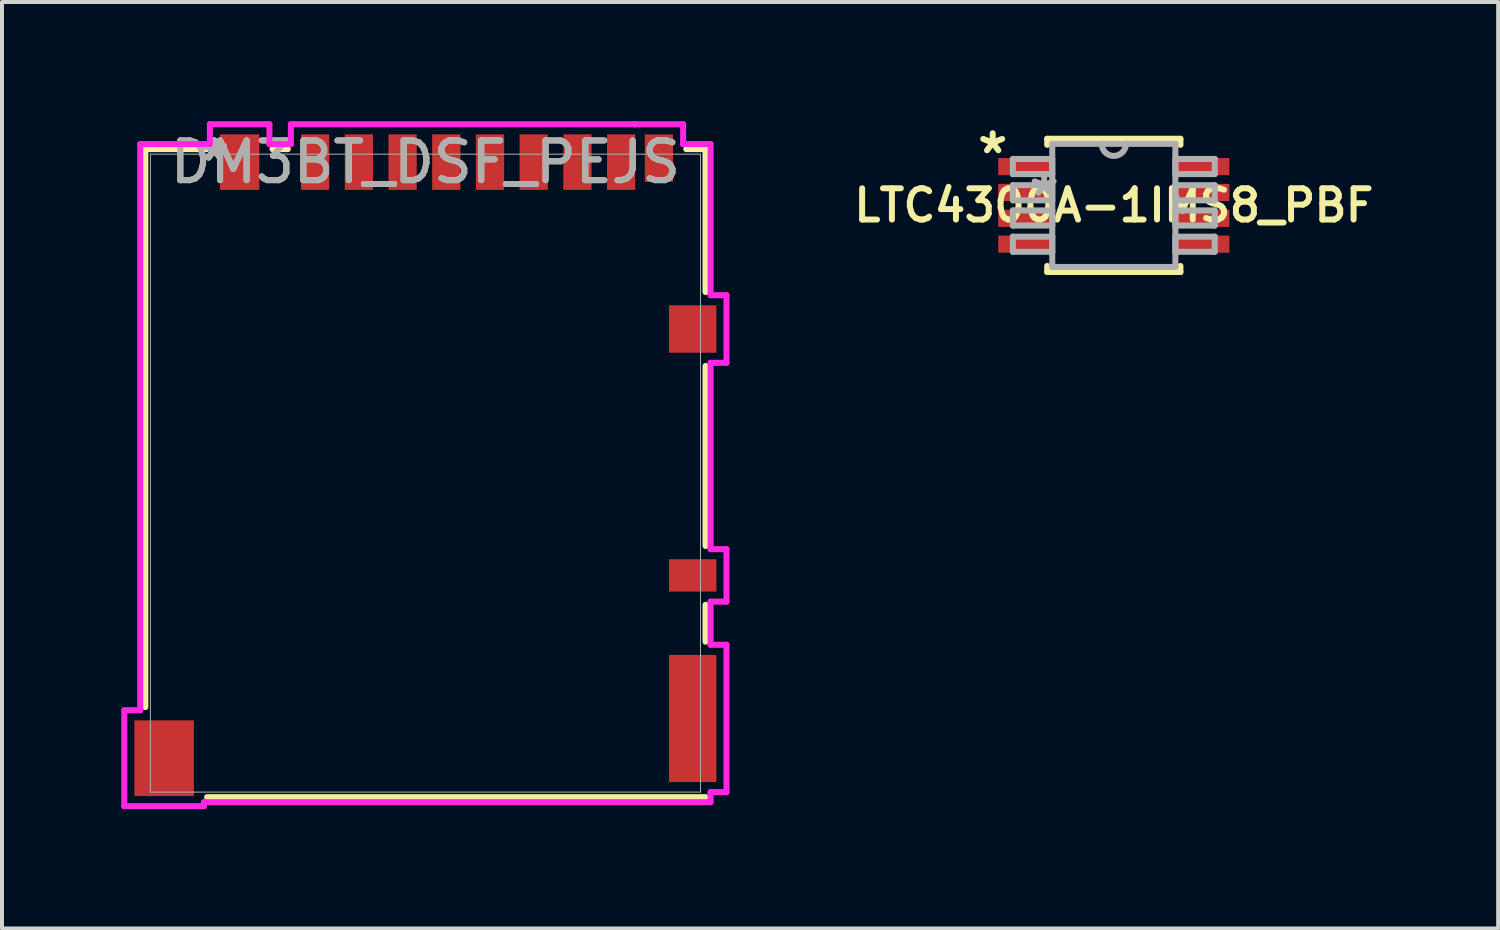
<source format=kicad_pcb>
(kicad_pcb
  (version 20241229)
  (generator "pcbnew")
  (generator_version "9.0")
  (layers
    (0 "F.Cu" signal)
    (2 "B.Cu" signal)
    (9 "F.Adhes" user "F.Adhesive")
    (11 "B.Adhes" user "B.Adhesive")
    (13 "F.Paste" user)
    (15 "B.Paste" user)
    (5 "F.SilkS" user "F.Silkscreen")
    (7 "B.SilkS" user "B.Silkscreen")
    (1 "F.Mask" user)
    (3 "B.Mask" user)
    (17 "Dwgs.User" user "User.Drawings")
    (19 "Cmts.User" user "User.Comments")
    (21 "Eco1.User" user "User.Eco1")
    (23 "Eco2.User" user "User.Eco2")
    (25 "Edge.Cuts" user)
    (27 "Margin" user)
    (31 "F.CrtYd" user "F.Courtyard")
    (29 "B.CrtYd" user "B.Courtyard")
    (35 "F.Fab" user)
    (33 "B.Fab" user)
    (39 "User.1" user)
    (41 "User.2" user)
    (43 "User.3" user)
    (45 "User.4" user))
  (footprint "DM3BT_DSF_PEJS"
    (layer "F.Cu")
    (at 7.655 8.855)
    (property "Reference" "DM3BT_DSF_PEJS" (at 0 -7.826 0) (unlocked yes) (layer "F.SilkS") (effects (font (size 1 1) (thickness 0.15))))
    (attr smd)
    (fp_line (start -7.048 -8.153) (end -7.048 5.888) (stroke (width 0.152) (type solid)) (layer "F.SilkS"))
    (fp_line (start -5.503 -8.153) (end -7.048 -8.153) (stroke (width 0.152) (type solid)) (layer "F.SilkS"))
    (fp_line (start -5.494 8.153) (end 7.048 8.153) (stroke (width 0.152) (type solid)) (layer "F.SilkS"))
    (fp_line (start -3.463 -8.153) (end -3.847 -8.153) (stroke (width 0.152) (type solid)) (layer "F.SilkS"))
    (fp_line (start 7.048 -8.153) (end 6.563 -8.153) (stroke (width 0.152) (type solid)) (layer "F.SilkS"))
    (fp_line (start 7.048 -4.556) (end 7.048 -8.153) (stroke (width 0.152) (type solid)) (layer "F.SilkS"))
    (fp_line (start 7.048 1.834) (end 7.048 -2.697) (stroke (width 0.152) (type solid)) (layer "F.SilkS"))
    (fp_line (start 7.048 4.241) (end 7.048 3.313) (stroke (width 0.152) (type solid)) (layer "F.SilkS"))
    (fp_line (start -7.578 5.967) (end -7.578 8.38) (stroke (width 0.152) (type solid)) (layer "F.CrtYd"))
    (fp_line (start -7.578 8.38) (end -5.572 8.38) (stroke (width 0.152) (type solid)) (layer "F.CrtYd"))
    (fp_line (start -7.176 -8.28) (end -7.176 5.967) (stroke (width 0.152) (type solid)) (layer "F.CrtYd"))
    (fp_line (start -7.176 5.967) (end -7.578 5.967) (stroke (width 0.152) (type solid)) (layer "F.CrtYd"))
    (fp_line (start -5.572 8.28) (end 7.176 8.28) (stroke (width 0.152) (type solid)) (layer "F.CrtYd"))
    (fp_line (start -5.572 8.38) (end -5.572 8.28) (stroke (width 0.152) (type solid)) (layer "F.CrtYd"))
    (fp_line (start -5.424 -8.779) (end -5.424 -8.28) (stroke (width 0.152) (type solid)) (layer "F.CrtYd"))
    (fp_line (start -5.424 -8.28) (end -7.176 -8.28) (stroke (width 0.152) (type solid)) (layer "F.CrtYd"))
    (fp_line (start -3.926 -8.779) (end -5.424 -8.779) (stroke (width 0.152) (type solid)) (layer "F.CrtYd"))
    (fp_line (start -3.926 -8.28) (end -3.926 -8.779) (stroke (width 0.152) (type solid)) (layer "F.CrtYd"))
    (fp_line (start -3.385 -8.779) (end -3.385 -8.28) (stroke (width 0.152) (type solid)) (layer "F.CrtYd"))
    (fp_line (start -3.385 -8.28) (end -3.926 -8.28) (stroke (width 0.152) (type solid)) (layer "F.CrtYd"))
    (fp_line (start 5.265 -8.779) (end -3.385 -8.779) (stroke (width 0.152) (type solid)) (layer "F.CrtYd"))
    (fp_line (start 5.265 -8.777) (end 5.265 -8.779) (stroke (width 0.152) (type solid)) (layer "F.CrtYd"))
    (fp_line (start 6.485 -8.777) (end 5.265 -8.777) (stroke (width 0.152) (type solid)) (layer "F.CrtYd"))
    (fp_line (start 6.485 -8.28) (end 6.485 -8.777) (stroke (width 0.152) (type solid)) (layer "F.CrtYd"))
    (fp_line (start 7.176 -8.28) (end 6.485 -8.28) (stroke (width 0.152) (type solid)) (layer "F.CrtYd"))
    (fp_line (start 7.176 -4.477) (end 7.176 -8.28) (stroke (width 0.152) (type solid)) (layer "F.CrtYd"))
    (fp_line (start 7.176 -2.776) (end 7.576 -2.776) (stroke (width 0.152) (type solid)) (layer "F.CrtYd"))
    (fp_line (start 7.176 1.913) (end 7.176 -2.776) (stroke (width 0.152) (type solid)) (layer "F.CrtYd"))
    (fp_line (start 7.176 3.234) (end 7.576 3.234) (stroke (width 0.152) (type solid)) (layer "F.CrtYd"))
    (fp_line (start 7.176 4.319) (end 7.176 3.234) (stroke (width 0.152) (type solid)) (layer "F.CrtYd"))
    (fp_line (start 7.176 8.028) (end 7.576 8.028) (stroke (width 0.152) (type solid)) (layer "F.CrtYd"))
    (fp_line (start 7.176 8.28) (end 7.176 8.028) (stroke (width 0.152) (type solid)) (layer "F.CrtYd"))
    (fp_line (start 7.576 -4.477) (end 7.176 -4.477) (stroke (width 0.152) (type solid)) (layer "F.CrtYd"))
    (fp_line (start 7.576 -2.776) (end 7.576 -4.477) (stroke (width 0.152) (type solid)) (layer "F.CrtYd"))
    (fp_line (start 7.576 4.319) (end 7.176 4.319) (stroke (width 0.152) (type solid)) (layer "F.CrtYd"))
    (fp_line (start 7.576 8.028) (end 7.576 4.319) (stroke (width 0.152) (type solid)) (layer "F.CrtYd"))
    (fp_line (start 7.576 1.913) (end 7.176 1.913) (stroke (width 0.152) (type solid)) (layer "F.CrtYd"))
    (fp_line (start 7.576 3.234) (end 7.576 1.913) (stroke (width 0.152) (type solid)) (layer "F.CrtYd"))
    (fp_line (start -6.921 -8.026) (end -6.921 8.026) (stroke (width 0.025) (type solid)) (layer "F.Fab"))
    (fp_line (start -6.921 8.026) (end 6.921 8.026) (stroke (width 0.025) (type solid)) (layer "F.Fab"))
    (fp_line (start 0 -8.026) (end 0 -8.026) (stroke (width 0.025) (type solid)) (layer "F.Fab"))
    (fp_line (start 0 -8.026) (end 0 -8.026) (stroke (width 0.025) (type solid)) (layer "F.Fab"))
    (fp_line (start 0 -8.026) (end 0 -8.026) (stroke (width 0.025) (type solid)) (layer "F.Fab"))
    (fp_line (start 0 -8.026) (end 0 -8.026) (stroke (width 0.025) (type solid)) (layer "F.Fab"))
    (fp_line (start 6.921 -8.026) (end -6.921 -8.026) (stroke (width 0.025) (type solid)) (layer "F.Fab"))
    (fp_line (start 6.921 8.026) (end 6.921 -8.026) (stroke (width 0.025) (type solid)) (layer "F.Fab"))
    (fp_text user "*" (at -5.315 -7.826 0) (unlocked yes) (layer "F.SilkS") (effects (font (size 1 1) (thickness 0.15))))
    (fp_text user "*" (at -5.315 -7.826 0) (layer "F.SilkS") (effects (font (size 1 1) (thickness 0.15))))
    (fp_text user "${REFERENCE}" (at 0 -7.826 0) (unlocked yes) (layer "F.Fab") (effects (font (size 1 1) (thickness 0.15))))
    (fp_text user "*" (at -5.315 -7.826 0) (layer "F.Fab") (effects (font (size 1 1) (thickness 0.15))))
    (fp_text user "*" (at -5.315 -7.826 0) (unlocked yes) (layer "F.Fab") (effects (font (size 1 1) (thickness 0.15))))
    (pad "1" smd rect (at -2.775 -7.826) (size 0.711 1.397) (layers "F.Cu" "F.Mask" "F.Paste"))
    (pad "2" smd rect (at -1.675 -7.826) (size 0.711 1.397) (layers "F.Cu" "F.Mask" "F.Paste"))
    (pad "3" smd rect (at -0.575 -7.826) (size 0.711 1.397) (layers "F.Cu" "F.Mask" "F.Paste"))
    (pad "4" smd rect (at 0.525 -7.826) (size 0.711 1.397) (layers "F.Cu" "F.Mask" "F.Paste"))
    (pad "5" smd rect (at 1.625 -7.826) (size 0.711 1.397) (layers "F.Cu" "F.Mask" "F.Paste"))
    (pad "6" smd rect (at 2.725 -7.826) (size 0.711 1.397) (layers "F.Cu" "F.Mask" "F.Paste"))
    (pad "7" smd rect (at 3.825 -7.826) (size 0.711 1.397) (layers "F.Cu" "F.Mask" "F.Paste"))
    (pad "8" smd rect (at 4.925 -7.826) (size 0.711 1.397) (layers "F.Cu" "F.Mask" "F.Paste"))
    (pad "9" smd rect (at 6.725 2.574) (size 1.194 0.813) (layers "F.Cu" "F.Mask" "F.Paste"))
    (pad "10" smd rect (at 5.875 -7.926) (size 0.711 1.194) (layers "F.Cu" "F.Mask" "F.Paste"))
    (pad "11" smd rect (at -4.675 -7.826) (size 0.991 1.397) (layers "F.Cu" "F.Mask" "F.Paste"))
    (pad "12" smd rect (at 6.725 -3.626) (size 1.194 1.194) (layers "F.Cu" "F.Mask" "F.Paste"))
    (pad "13" smd rect (at 6.725 6.174) (size 1.194 3.2) (layers "F.Cu" "F.Mask" "F.Paste"))
    (pad "14" smd rect (at -6.575 7.174) (size 1.499 1.905) (layers "F.Cu" "F.Mask" "F.Paste")))
  (footprint "LTC4300A-1IMS8_PBF"
    (layer "F.Cu")
    (at 24.977 2.118)
    (property "Reference" "LTC4300A-1IMS8_PBF" (at 0 0 0) (layer "F.SilkS") (effects (font (size 0.787 0.787) (thickness 0.15))))
    (attr smd)
    (fp_line (start -1.676 -1.676) (end -1.676 -1.524) (stroke (width 0.152) (type solid)) (layer "F.SilkS"))
    (fp_line (start -1.676 1.524) (end -1.676 1.676) (stroke (width 0.152) (type solid)) (layer "F.SilkS"))
    (fp_line (start -1.676 1.676) (end 1.676 1.676) (stroke (width 0.152) (type solid)) (layer "F.SilkS"))
    (fp_line (start 1.676 -1.676) (end -1.676 -1.676) (stroke (width 0.152) (type solid)) (layer "F.SilkS"))
    (fp_line (start 1.676 -1.524) (end 1.676 -1.676) (stroke (width 0.152) (type solid)) (layer "F.SilkS"))
    (fp_line (start 1.676 1.676) (end 1.676 1.524) (stroke (width 0.152) (type solid)) (layer "F.SilkS"))
    (fp_line (start -2.54 -1.168) (end -2.54 -0.787) (stroke (width 0.152) (type solid)) (layer "F.Fab"))
    (fp_line (start -2.54 -0.787) (end -1.549 -0.787) (stroke (width 0.152) (type solid)) (layer "F.Fab"))
    (fp_line (start -2.54 -0.508) (end -2.54 -0.127) (stroke (width 0.152) (type solid)) (layer "F.Fab"))
    (fp_line (start -2.54 -0.127) (end -1.549 -0.127) (stroke (width 0.152) (type solid)) (layer "F.Fab"))
    (fp_line (start -2.54 0.127) (end -2.54 0.508) (stroke (width 0.152) (type solid)) (layer "F.Fab"))
    (fp_line (start -2.54 0.508) (end -1.549 0.508) (stroke (width 0.152) (type solid)) (layer "F.Fab"))
    (fp_line (start -2.54 0.787) (end -2.54 1.168) (stroke (width 0.152) (type solid)) (layer "F.Fab"))
    (fp_line (start -2.54 1.168) (end -1.549 1.168) (stroke (width 0.152) (type solid)) (layer "F.Fab"))
    (fp_line (start -1.549 -1.549) (end -1.549 1.549) (stroke (width 0.152) (type solid)) (layer "F.Fab"))
    (fp_line (start -1.549 -1.168) (end -2.54 -1.168) (stroke (width 0.152) (type solid)) (layer "F.Fab"))
    (fp_line (start -1.549 -0.787) (end -1.549 -1.168) (stroke (width 0.152) (type solid)) (layer "F.Fab"))
    (fp_line (start -1.549 -0.508) (end -2.54 -0.508) (stroke (width 0.152) (type solid)) (layer "F.Fab"))
    (fp_line (start -1.549 -0.127) (end -1.549 -0.508) (stroke (width 0.152) (type solid)) (layer "F.Fab"))
    (fp_line (start -1.549 0.127) (end -2.54 0.127) (stroke (width 0.152) (type solid)) (layer "F.Fab"))
    (fp_line (start -1.549 0.508) (end -1.549 0.127) (stroke (width 0.152) (type solid)) (layer "F.Fab"))
    (fp_line (start -1.549 0.787) (end -2.54 0.787) (stroke (width 0.152) (type solid)) (layer "F.Fab"))
    (fp_line (start -1.549 1.168) (end -1.549 0.787) (stroke (width 0.152) (type solid)) (layer "F.Fab"))
    (fp_line (start -1.549 1.549) (end 1.549 1.549) (stroke (width 0.152) (type solid)) (layer "F.Fab"))
    (fp_line (start -0.305 -1.549) (end -1.549 -1.549) (stroke (width 0.152) (type solid)) (layer "F.Fab"))
    (fp_line (start 0.305 -1.549) (end -0.305 -1.549) (stroke (width 0.152) (type solid)) (layer "F.Fab"))
    (fp_line (start 1.549 -1.549) (end 0.305 -1.549) (stroke (width 0.152) (type solid)) (layer "F.Fab"))
    (fp_line (start 1.549 -1.168) (end 1.549 -0.787) (stroke (width 0.152) (type solid)) (layer "F.Fab"))
    (fp_line (start 1.549 -0.787) (end 2.54 -0.787) (stroke (width 0.152) (type solid)) (layer "F.Fab"))
    (fp_line (start 1.549 -0.508) (end 1.549 -0.127) (stroke (width 0.152) (type solid)) (layer "F.Fab"))
    (fp_line (start 1.549 -0.127) (end 2.54 -0.127) (stroke (width 0.152) (type solid)) (layer "F.Fab"))
    (fp_line (start 1.549 0.127) (end 1.549 0.508) (stroke (width 0.152) (type solid)) (layer "F.Fab"))
    (fp_line (start 1.549 0.508) (end 2.54 0.508) (stroke (width 0.152) (type solid)) (layer "F.Fab"))
    (fp_line (start 1.549 0.787) (end 1.549 1.168) (stroke (width 0.152) (type solid)) (layer "F.Fab"))
    (fp_line (start 1.549 1.168) (end 2.54 1.168) (stroke (width 0.152) (type solid)) (layer "F.Fab"))
    (fp_line (start 1.549 1.549) (end 1.549 -1.549) (stroke (width 0.152) (type solid)) (layer "F.Fab"))
    (fp_line (start 2.54 -1.168) (end 1.549 -1.168) (stroke (width 0.152) (type solid)) (layer "F.Fab"))
    (fp_line (start 2.54 -0.787) (end 2.54 -1.168) (stroke (width 0.152) (type solid)) (layer "F.Fab"))
    (fp_line (start 2.54 -0.508) (end 1.549 -0.508) (stroke (width 0.152) (type solid)) (layer "F.Fab"))
    (fp_line (start 2.54 -0.127) (end 2.54 -0.508) (stroke (width 0.152) (type solid)) (layer "F.Fab"))
    (fp_line (start 2.54 0.127) (end 1.549 0.127) (stroke (width 0.152) (type solid)) (layer "F.Fab"))
    (fp_line (start 2.54 0.508) (end 2.54 0.127) (stroke (width 0.152) (type solid)) (layer "F.Fab"))
    (fp_line (start 2.54 0.787) (end 1.549 0.787) (stroke (width 0.152) (type solid)) (layer "F.Fab"))
    (fp_line (start 2.54 1.168) (end 2.54 0.787) (stroke (width 0.152) (type solid)) (layer "F.Fab"))
    (fp_arc (start 0.3048 -1.5494) (mid 0 -1.2446) (end -0.3048 -1.5494) (stroke (width 0.1524) (type solid)) (layer "F.Fab"))
    (fp_text user "*" (at -3.048 -1.27 0) (layer "F.SilkS") (effects (font (size 1 1) (thickness 0.15))))
    (fp_text user "*" (at -1.753 -0.203 0) (layer "F.Fab") (effects (font (size 1 1) (thickness 0.15))))
    (pad "1" smd rect (at -2.21 -0.975) (size 1.397 0.432) (layers "F.Cu" "F.Mask" "F.Paste"))
    (pad "2" smd rect (at -2.21 -0.325) (size 1.397 0.432) (layers "F.Cu" "F.Mask" "F.Paste"))
    (pad "3" smd rect (at -2.21 0.325) (size 1.397 0.432) (layers "F.Cu" "F.Mask" "F.Paste"))
    (pad "4" smd rect (at -2.21 0.975) (size 1.397 0.432) (layers "F.Cu" "F.Mask" "F.Paste"))
    (pad "5" smd rect (at 2.21 0.975) (size 1.397 0.432) (layers "F.Cu" "F.Mask" "F.Paste"))
    (pad "6" smd rect (at 2.21 0.325) (size 1.397 0.432) (layers "F.Cu" "F.Mask" "F.Paste"))
    (pad "7" smd rect (at 2.21 -0.325) (size 1.397 0.432) (layers "F.Cu" "F.Mask" "F.Paste"))
    (pad "8" smd rect (at 2.21 -0.975) (size 1.397 0.432) (layers "F.Cu" "F.Mask" "F.Paste")))
  (gr_rect
    (start -3 -3)
    (end 34.648 20.312)
    (stroke (width 0.1) (type default))
    (fill no)
    (layer "Edge.Cuts")))
</source>
